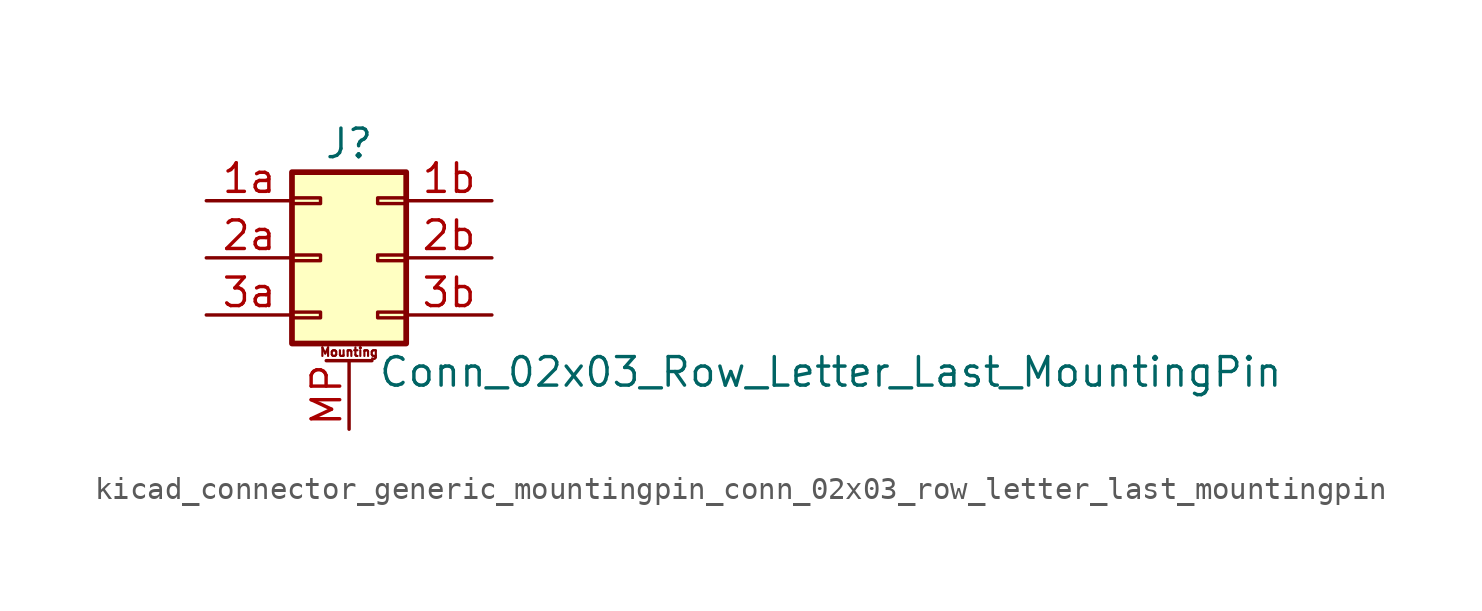
<source format=kicad_sym>
(kicad_symbol_lib
  (version 20220914)
  (generator kicad_symbol_editor)
  (symbol "kicad_connector_generic_mountingpin_conn_02x03_row_letter_last_mountingpin"
    (pin_names
      (offset 1.016) hide)
    (property "Reference" "J"
      (at 1.27 5.08 0)
      (effects (font (size 1.27 1.27))))
    (property "Value" "Conn_02x03_Row_Letter_Last_MountingPin"
      (at 2.54 -5.08 0)
      (effects (font (size 1.27 1.27)) (justify left)))
    (symbol "kicad_connector_generic_mountingpin_conn_02x03_row_letter_last_mountingpin_1_1"
      (rectangle (start -1.27 -2.413) (end 0 -2.667) (stroke (width 0.152) (type default)) (fill (type none)))
      (rectangle (start -1.27 0.127) (end 0 -0.127) (stroke (width 0.152) (type default)) (fill (type none)))
      (rectangle (start -1.27 2.667) (end 0 2.413) (stroke (width 0.152) (type default)) (fill (type none)))
      (rectangle (start -1.27 3.81) (end 3.81 -3.81) (stroke (width 0.254) (type default)) (fill (type background)))
      (polyline (pts (xy 0.254 -4.572) (xy 2.286 -4.572)) (stroke (width 0.152) (type default)) (fill (type none)))
      (rectangle (start 3.81 -2.413) (end 2.54 -2.667) (stroke (width 0.152) (type default)) (fill (type none)))
      (rectangle (start 3.81 0.127) (end 2.54 -0.127) (stroke (width 0.152) (type default)) (fill (type none)))
      (rectangle (start 3.81 2.667) (end 2.54 2.413) (stroke (width 0.152) (type default)) (fill (type none)))
      (text "Mounting" (at 1.27 -4.191 0) (effects (font (size 0.381 0.381))))
      (pin passive line (at -5.08 2.54 0) (length 3.81) (name "Pin_1a" (effects (font (size 1.27 1.27)))) (number "1a" (effects (font (size 1.27 1.27)))))
      (pin passive line (at 7.62 2.54 180) (length 3.81) (name "Pin_1b" (effects (font (size 1.27 1.27)))) (number "1b" (effects (font (size 1.27 1.27)))))
      (pin passive line (at -5.08 0 0) (length 3.81) (name "Pin_2a" (effects (font (size 1.27 1.27)))) (number "2a" (effects (font (size 1.27 1.27)))))
      (pin passive line (at 7.62 0 180) (length 3.81) (name "Pin_2b" (effects (font (size 1.27 1.27)))) (number "2b" (effects (font (size 1.27 1.27)))))
      (pin passive line (at -5.08 -2.54 0) (length 3.81) (name "Pin_3a" (effects (font (size 1.27 1.27)))) (number "3a" (effects (font (size 1.27 1.27)))))
      (pin passive line (at 7.62 -2.54 180) (length 3.81) (name "Pin_3b" (effects (font (size 1.27 1.27)))) (number "3b" (effects (font (size 1.27 1.27)))))
      (pin passive line (at 1.27 -7.62 90) (length 3.048) (name "MountPin" (effects (font (size 1.27 1.27)))) (number "MP" (effects (font (size 1.27 1.27))))))))
</source>
